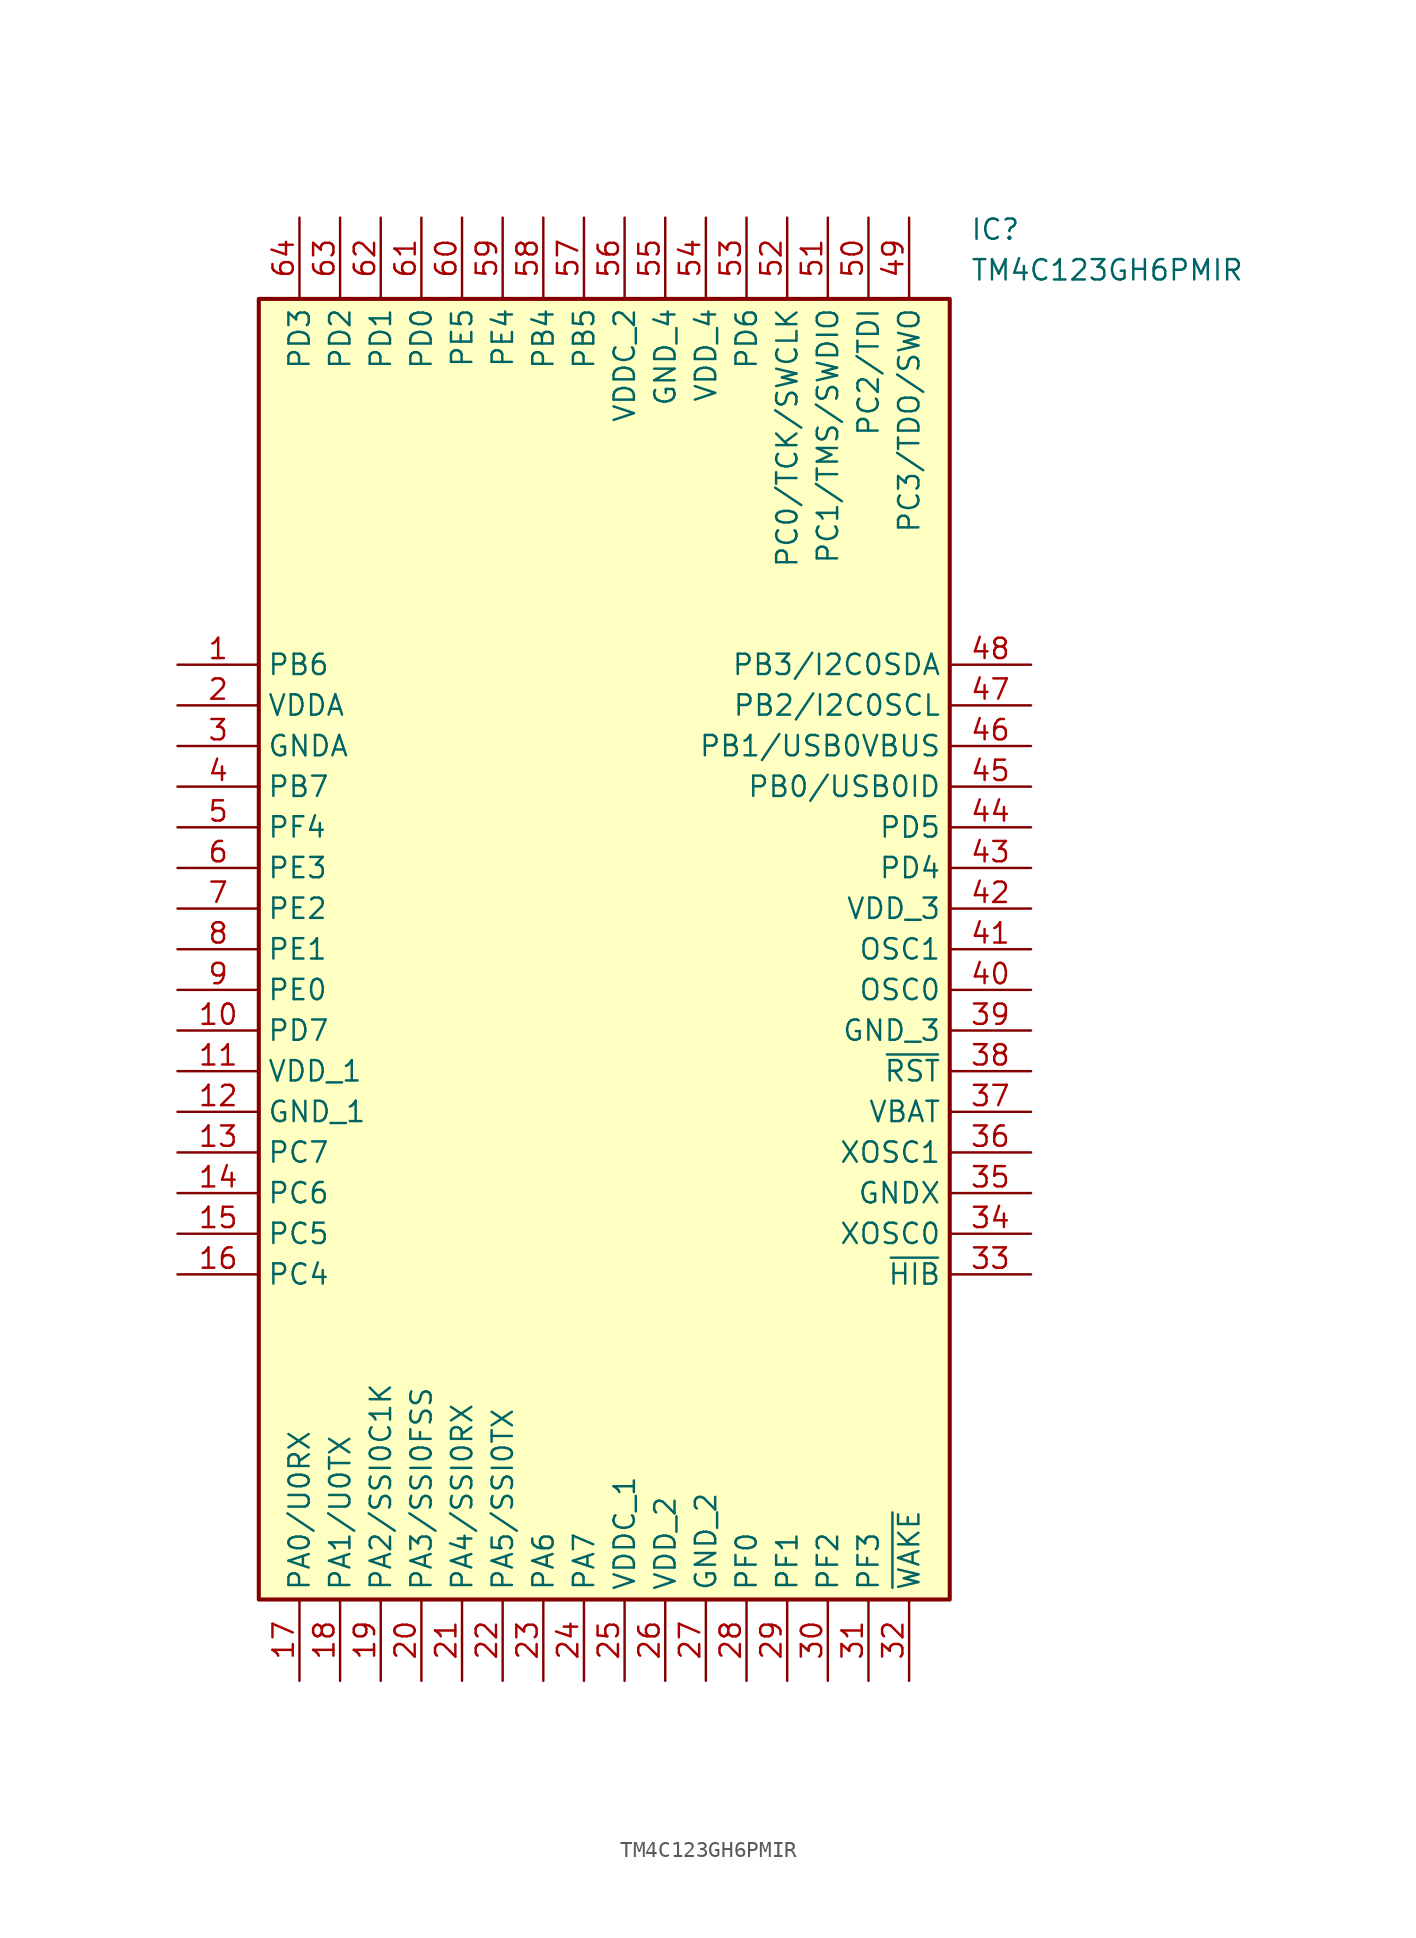
<source format=kicad_sym>
(kicad_symbol_lib
  (version 20220914)
  (generator kicad_symbol_editor)
  (symbol "TM4C123GH6PMIR"
    (property "Reference" "IC"
      (at 49.53 27.94 0)
      (effects (font (size 1.27 1.27)) (justify left top)))
    (property "Value" "TM4C123GH6PMIR"
      (at 49.53 25.4 0)
      (effects (font (size 1.27 1.27)) (justify left top)))
    (symbol "TM4C123GH6PMIR_1_1"
      (rectangle (start 5.08 22.86) (end 48.26 -58.42) (stroke (width 0.254) (type default)) (fill (type background)))
      (pin passive line (at 0 0 0) (length 5.08) (name "PB6" (effects (font (size 1.27 1.27)))) (number "1" (effects (font (size 1.27 1.27)))))
      (pin passive line (at 0 -22.86 0) (length 5.08) (name "PD7" (effects (font (size 1.27 1.27)))) (number "10" (effects (font (size 1.27 1.27)))))
      (pin passive line (at 0 -25.4 0) (length 5.08) (name "VDD_1" (effects (font (size 1.27 1.27)))) (number "11" (effects (font (size 1.27 1.27)))))
      (pin passive line (at 0 -27.94 0) (length 5.08) (name "GND_1" (effects (font (size 1.27 1.27)))) (number "12" (effects (font (size 1.27 1.27)))))
      (pin passive line (at 0 -30.48 0) (length 5.08) (name "PC7" (effects (font (size 1.27 1.27)))) (number "13" (effects (font (size 1.27 1.27)))))
      (pin passive line (at 0 -33.02 0) (length 5.08) (name "PC6" (effects (font (size 1.27 1.27)))) (number "14" (effects (font (size 1.27 1.27)))))
      (pin passive line (at 0 -35.56 0) (length 5.08) (name "PC5" (effects (font (size 1.27 1.27)))) (number "15" (effects (font (size 1.27 1.27)))))
      (pin passive line (at 0 -38.1 0) (length 5.08) (name "PC4" (effects (font (size 1.27 1.27)))) (number "16" (effects (font (size 1.27 1.27)))))
      (pin passive line (at 7.62 -63.5 90) (length 5.08) (name "PA0/U0RX" (effects (font (size 1.27 1.27)))) (number "17" (effects (font (size 1.27 1.27)))))
      (pin passive line (at 10.16 -63.5 90) (length 5.08) (name "PA1/U0TX" (effects (font (size 1.27 1.27)))) (number "18" (effects (font (size 1.27 1.27)))))
      (pin passive line (at 12.7 -63.5 90) (length 5.08) (name "PA2/SSI0C1K" (effects (font (size 1.27 1.27)))) (number "19" (effects (font (size 1.27 1.27)))))
      (pin passive line (at 0 -2.54 0) (length 5.08) (name "VDDA" (effects (font (size 1.27 1.27)))) (number "2" (effects (font (size 1.27 1.27)))))
      (pin passive line (at 15.24 -63.5 90) (length 5.08) (name "PA3/SSI0FSS" (effects (font (size 1.27 1.27)))) (number "20" (effects (font (size 1.27 1.27)))))
      (pin passive line (at 17.78 -63.5 90) (length 5.08) (name "PA4/SSI0RX" (effects (font (size 1.27 1.27)))) (number "21" (effects (font (size 1.27 1.27)))))
      (pin passive line (at 20.32 -63.5 90) (length 5.08) (name "PA5/SSI0TX" (effects (font (size 1.27 1.27)))) (number "22" (effects (font (size 1.27 1.27)))))
      (pin passive line (at 22.86 -63.5 90) (length 5.08) (name "PA6" (effects (font (size 1.27 1.27)))) (number "23" (effects (font (size 1.27 1.27)))))
      (pin passive line (at 25.4 -63.5 90) (length 5.08) (name "PA7" (effects (font (size 1.27 1.27)))) (number "24" (effects (font (size 1.27 1.27)))))
      (pin passive line (at 27.94 -63.5 90) (length 5.08) (name "VDDC_1" (effects (font (size 1.27 1.27)))) (number "25" (effects (font (size 1.27 1.27)))))
      (pin passive line (at 30.48 -63.5 90) (length 5.08) (name "VDD_2" (effects (font (size 1.27 1.27)))) (number "26" (effects (font (size 1.27 1.27)))))
      (pin passive line (at 33.02 -63.5 90) (length 5.08) (name "GND_2" (effects (font (size 1.27 1.27)))) (number "27" (effects (font (size 1.27 1.27)))))
      (pin passive line (at 35.56 -63.5 90) (length 5.08) (name "PF0" (effects (font (size 1.27 1.27)))) (number "28" (effects (font (size 1.27 1.27)))))
      (pin passive line (at 38.1 -63.5 90) (length 5.08) (name "PF1" (effects (font (size 1.27 1.27)))) (number "29" (effects (font (size 1.27 1.27)))))
      (pin passive line (at 0 -5.08 0) (length 5.08) (name "GNDA" (effects (font (size 1.27 1.27)))) (number "3" (effects (font (size 1.27 1.27)))))
      (pin passive line (at 40.64 -63.5 90) (length 5.08) (name "PF2" (effects (font (size 1.27 1.27)))) (number "30" (effects (font (size 1.27 1.27)))))
      (pin passive line (at 43.18 -63.5 90) (length 5.08) (name "PF3" (effects (font (size 1.27 1.27)))) (number "31" (effects (font (size 1.27 1.27)))))
      (pin passive line (at 45.72 -63.5 90) (length 5.08) (name "~{WAKE}" (effects (font (size 1.27 1.27)))) (number "32" (effects (font (size 1.27 1.27)))))
      (pin passive line (at 53.34 -38.1 180) (length 5.08) (name "~{HIB}" (effects (font (size 1.27 1.27)))) (number "33" (effects (font (size 1.27 1.27)))))
      (pin passive line (at 53.34 -35.56 180) (length 5.08) (name "XOSC0" (effects (font (size 1.27 1.27)))) (number "34" (effects (font (size 1.27 1.27)))))
      (pin passive line (at 53.34 -33.02 180) (length 5.08) (name "GNDX" (effects (font (size 1.27 1.27)))) (number "35" (effects (font (size 1.27 1.27)))))
      (pin passive line (at 53.34 -30.48 180) (length 5.08) (name "XOSC1" (effects (font (size 1.27 1.27)))) (number "36" (effects (font (size 1.27 1.27)))))
      (pin passive line (at 53.34 -27.94 180) (length 5.08) (name "VBAT" (effects (font (size 1.27 1.27)))) (number "37" (effects (font (size 1.27 1.27)))))
      (pin passive line (at 53.34 -25.4 180) (length 5.08) (name "~{RST}" (effects (font (size 1.27 1.27)))) (number "38" (effects (font (size 1.27 1.27)))))
      (pin passive line (at 53.34 -22.86 180) (length 5.08) (name "GND_3" (effects (font (size 1.27 1.27)))) (number "39" (effects (font (size 1.27 1.27)))))
      (pin passive line (at 0 -7.62 0) (length 5.08) (name "PB7" (effects (font (size 1.27 1.27)))) (number "4" (effects (font (size 1.27 1.27)))))
      (pin passive line (at 53.34 -20.32 180) (length 5.08) (name "OSC0" (effects (font (size 1.27 1.27)))) (number "40" (effects (font (size 1.27 1.27)))))
      (pin passive line (at 53.34 -17.78 180) (length 5.08) (name "OSC1" (effects (font (size 1.27 1.27)))) (number "41" (effects (font (size 1.27 1.27)))))
      (pin passive line (at 53.34 -15.24 180) (length 5.08) (name "VDD_3" (effects (font (size 1.27 1.27)))) (number "42" (effects (font (size 1.27 1.27)))))
      (pin passive line (at 53.34 -12.7 180) (length 5.08) (name "PD4" (effects (font (size 1.27 1.27)))) (number "43" (effects (font (size 1.27 1.27)))))
      (pin passive line (at 53.34 -10.16 180) (length 5.08) (name "PD5" (effects (font (size 1.27 1.27)))) (number "44" (effects (font (size 1.27 1.27)))))
      (pin passive line (at 53.34 -7.62 180) (length 5.08) (name "PB0/USB0ID" (effects (font (size 1.27 1.27)))) (number "45" (effects (font (size 1.27 1.27)))))
      (pin passive line (at 53.34 -5.08 180) (length 5.08) (name "PB1/USB0VBUS" (effects (font (size 1.27 1.27)))) (number "46" (effects (font (size 1.27 1.27)))))
      (pin passive line (at 53.34 -2.54 180) (length 5.08) (name "PB2/I2C0SCL" (effects (font (size 1.27 1.27)))) (number "47" (effects (font (size 1.27 1.27)))))
      (pin passive line (at 53.34 0 180) (length 5.08) (name "PB3/I2C0SDA" (effects (font (size 1.27 1.27)))) (number "48" (effects (font (size 1.27 1.27)))))
      (pin passive line (at 45.72 27.94 270) (length 5.08) (name "PC3/TDO/SWO" (effects (font (size 1.27 1.27)))) (number "49" (effects (font (size 1.27 1.27)))))
      (pin passive line (at 0 -10.16 0) (length 5.08) (name "PF4" (effects (font (size 1.27 1.27)))) (number "5" (effects (font (size 1.27 1.27)))))
      (pin passive line (at 43.18 27.94 270) (length 5.08) (name "PC2/TDI" (effects (font (size 1.27 1.27)))) (number "50" (effects (font (size 1.27 1.27)))))
      (pin passive line (at 40.64 27.94 270) (length 5.08) (name "PC1/TMS/SWDIO" (effects (font (size 1.27 1.27)))) (number "51" (effects (font (size 1.27 1.27)))))
      (pin passive line (at 38.1 27.94 270) (length 5.08) (name "PC0/TCK/SWCLK" (effects (font (size 1.27 1.27)))) (number "52" (effects (font (size 1.27 1.27)))))
      (pin passive line (at 35.56 27.94 270) (length 5.08) (name "PD6" (effects (font (size 1.27 1.27)))) (number "53" (effects (font (size 1.27 1.27)))))
      (pin passive line (at 33.02 27.94 270) (length 5.08) (name "VDD_4" (effects (font (size 1.27 1.27)))) (number "54" (effects (font (size 1.27 1.27)))))
      (pin passive line (at 30.48 27.94 270) (length 5.08) (name "GND_4" (effects (font (size 1.27 1.27)))) (number "55" (effects (font (size 1.27 1.27)))))
      (pin passive line (at 27.94 27.94 270) (length 5.08) (name "VDDC_2" (effects (font (size 1.27 1.27)))) (number "56" (effects (font (size 1.27 1.27)))))
      (pin passive line (at 25.4 27.94 270) (length 5.08) (name "PB5" (effects (font (size 1.27 1.27)))) (number "57" (effects (font (size 1.27 1.27)))))
      (pin passive line (at 22.86 27.94 270) (length 5.08) (name "PB4" (effects (font (size 1.27 1.27)))) (number "58" (effects (font (size 1.27 1.27)))))
      (pin passive line (at 20.32 27.94 270) (length 5.08) (name "PE4" (effects (font (size 1.27 1.27)))) (number "59" (effects (font (size 1.27 1.27)))))
      (pin passive line (at 0 -12.7 0) (length 5.08) (name "PE3" (effects (font (size 1.27 1.27)))) (number "6" (effects (font (size 1.27 1.27)))))
      (pin passive line (at 17.78 27.94 270) (length 5.08) (name "PE5" (effects (font (size 1.27 1.27)))) (number "60" (effects (font (size 1.27 1.27)))))
      (pin passive line (at 15.24 27.94 270) (length 5.08) (name "PD0" (effects (font (size 1.27 1.27)))) (number "61" (effects (font (size 1.27 1.27)))))
      (pin passive line (at 12.7 27.94 270) (length 5.08) (name "PD1" (effects (font (size 1.27 1.27)))) (number "62" (effects (font (size 1.27 1.27)))))
      (pin passive line (at 10.16 27.94 270) (length 5.08) (name "PD2" (effects (font (size 1.27 1.27)))) (number "63" (effects (font (size 1.27 1.27)))))
      (pin passive line (at 7.62 27.94 270) (length 5.08) (name "PD3" (effects (font (size 1.27 1.27)))) (number "64" (effects (font (size 1.27 1.27)))))
      (pin passive line (at 0 -15.24 0) (length 5.08) (name "PE2" (effects (font (size 1.27 1.27)))) (number "7" (effects (font (size 1.27 1.27)))))
      (pin passive line (at 0 -17.78 0) (length 5.08) (name "PE1" (effects (font (size 1.27 1.27)))) (number "8" (effects (font (size 1.27 1.27)))))
      (pin passive line (at 0 -20.32 0) (length 5.08) (name "PE0" (effects (font (size 1.27 1.27)))) (number "9" (effects (font (size 1.27 1.27))))))))
</source>
